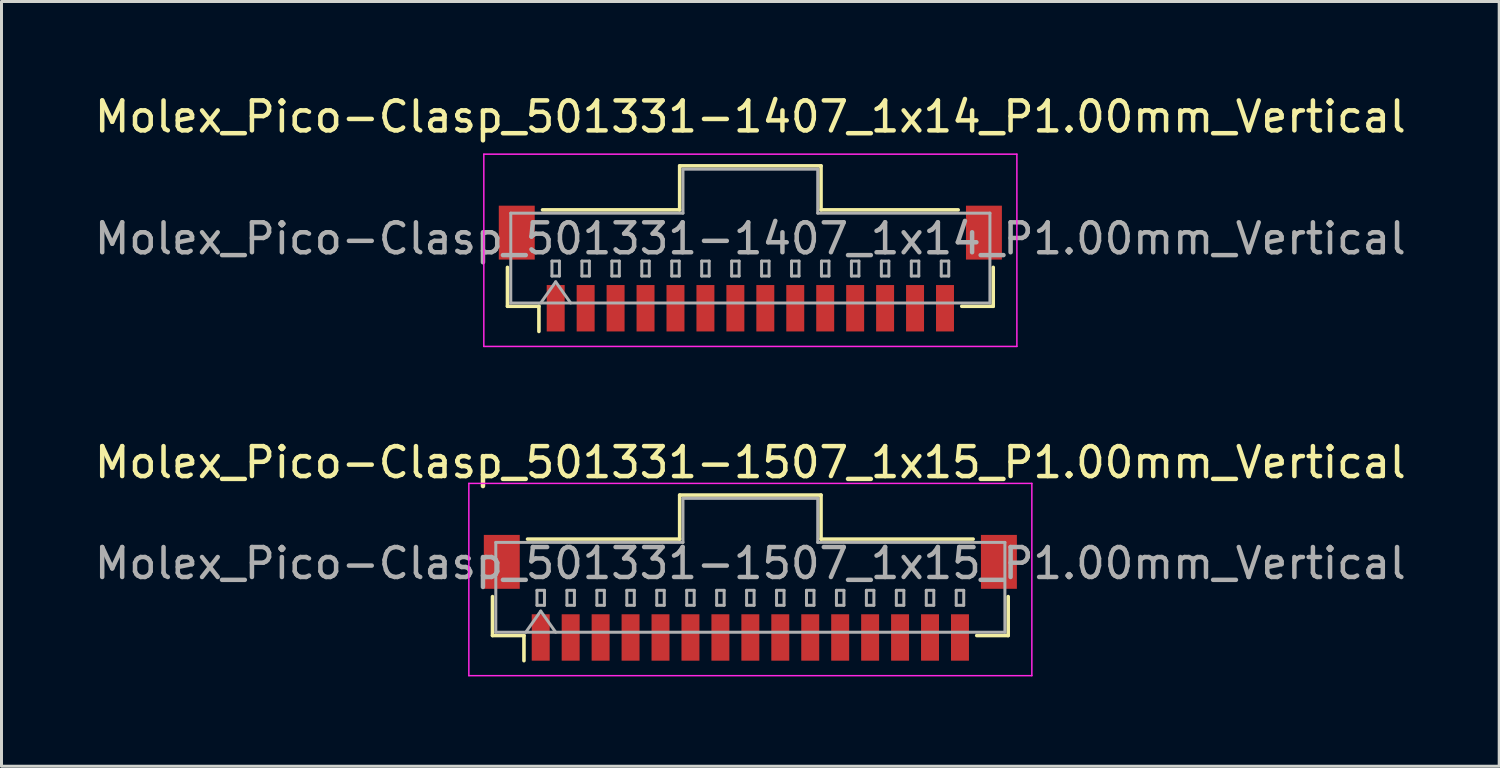
<source format=kicad_pcb>
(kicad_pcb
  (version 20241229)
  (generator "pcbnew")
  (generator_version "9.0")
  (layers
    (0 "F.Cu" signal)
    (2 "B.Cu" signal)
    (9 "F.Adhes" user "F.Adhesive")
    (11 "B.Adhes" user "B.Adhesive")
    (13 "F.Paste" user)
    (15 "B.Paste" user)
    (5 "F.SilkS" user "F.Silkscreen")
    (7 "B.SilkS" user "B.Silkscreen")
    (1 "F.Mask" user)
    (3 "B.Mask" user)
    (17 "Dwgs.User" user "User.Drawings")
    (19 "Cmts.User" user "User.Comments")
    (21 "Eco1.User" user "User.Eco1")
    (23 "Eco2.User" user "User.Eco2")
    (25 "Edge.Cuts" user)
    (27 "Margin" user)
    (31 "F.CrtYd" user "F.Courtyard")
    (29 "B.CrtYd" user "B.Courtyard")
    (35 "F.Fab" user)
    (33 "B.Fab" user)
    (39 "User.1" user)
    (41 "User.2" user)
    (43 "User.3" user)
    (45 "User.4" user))
  (footprint "Molex_Pico-Clasp_501331-1407_1x14_P1.00mm_Vertical"
    (layer "F.Cu")
    (at 22.006 5.918)
    (property "Reference" "Molex_Pico-Clasp_501331-1407_1x14_P1.00mm_Vertical" (at 0 -5.07 0) (layer "F.SilkS") (effects (font (size 1 1) (thickness 0.15))))
    (attr smd)
    (fp_line (start -8.11 -0.04) (end -8.11 1.26) (stroke (width 0.12) (type solid)) (layer "F.SilkS"))
    (fp_line (start -8.11 1.26) (end -7.06 1.26) (stroke (width 0.12) (type solid)) (layer "F.SilkS"))
    (fp_line (start -7.06 1.26) (end -7.06 2.1) (stroke (width 0.12) (type solid)) (layer "F.SilkS"))
    (fp_line (start -6.94 -1.96) (end -2.36 -1.96) (stroke (width 0.12) (type solid)) (layer "F.SilkS"))
    (fp_line (start -2.36 -3.43) (end 2.36 -3.43) (stroke (width 0.12) (type solid)) (layer "F.SilkS"))
    (fp_line (start -2.36 -1.96) (end -2.36 -3.43) (stroke (width 0.12) (type solid)) (layer "F.SilkS"))
    (fp_line (start 2.36 -3.43) (end 2.36 -1.96) (stroke (width 0.12) (type solid)) (layer "F.SilkS"))
    (fp_line (start 2.36 -1.96) (end 6.94 -1.96) (stroke (width 0.12) (type solid)) (layer "F.SilkS"))
    (fp_line (start 8.11 -0.04) (end 8.11 1.26) (stroke (width 0.12) (type solid)) (layer "F.SilkS"))
    (fp_line (start 8.11 1.26) (end 7.06 1.26) (stroke (width 0.12) (type solid)) (layer "F.SilkS"))
    (fp_line (start -8.9 -3.82) (end -8.9 2.6) (stroke (width 0.05) (type solid)) (layer "F.CrtYd"))
    (fp_line (start -8.9 2.6) (end 8.9 2.6) (stroke (width 0.05) (type solid)) (layer "F.CrtYd"))
    (fp_line (start 8.9 -3.82) (end -8.9 -3.82) (stroke (width 0.05) (type solid)) (layer "F.CrtYd"))
    (fp_line (start 8.9 2.6) (end 8.9 -3.82) (stroke (width 0.05) (type solid)) (layer "F.CrtYd"))
    (fp_line (start -8 -1.85) (end -2.25 -1.85) (stroke (width 0.1) (type solid)) (layer "F.Fab"))
    (fp_line (start -8 1.15) (end -8 -1.85) (stroke (width 0.1) (type solid)) (layer "F.Fab"))
    (fp_line (start -8 1.15) (end 8 1.15) (stroke (width 0.1) (type solid)) (layer "F.Fab"))
    (fp_line (start -7 1.15) (end -6.5 0.443) (stroke (width 0.1) (type solid)) (layer "F.Fab"))
    (fp_line (start -6.625 -0.25) (end -6.625 0.25) (stroke (width 0.1) (type solid)) (layer "F.Fab"))
    (fp_line (start -6.625 0.25) (end -6.375 0.25) (stroke (width 0.1) (type solid)) (layer "F.Fab"))
    (fp_line (start -6.5 0.443) (end -6 1.15) (stroke (width 0.1) (type solid)) (layer "F.Fab"))
    (fp_line (start -6.375 -0.25) (end -6.625 -0.25) (stroke (width 0.1) (type solid)) (layer "F.Fab"))
    (fp_line (start -6.375 0.25) (end -6.375 -0.25) (stroke (width 0.1) (type solid)) (layer "F.Fab"))
    (fp_line (start -5.625 -0.25) (end -5.625 0.25) (stroke (width 0.1) (type solid)) (layer "F.Fab"))
    (fp_line (start -5.625 0.25) (end -5.375 0.25) (stroke (width 0.1) (type solid)) (layer "F.Fab"))
    (fp_line (start -5.375 -0.25) (end -5.625 -0.25) (stroke (width 0.1) (type solid)) (layer "F.Fab"))
    (fp_line (start -5.375 0.25) (end -5.375 -0.25) (stroke (width 0.1) (type solid)) (layer "F.Fab"))
    (fp_line (start -4.625 -0.25) (end -4.625 0.25) (stroke (width 0.1) (type solid)) (layer "F.Fab"))
    (fp_line (start -4.625 0.25) (end -4.375 0.25) (stroke (width 0.1) (type solid)) (layer "F.Fab"))
    (fp_line (start -4.375 -0.25) (end -4.625 -0.25) (stroke (width 0.1) (type solid)) (layer "F.Fab"))
    (fp_line (start -4.375 0.25) (end -4.375 -0.25) (stroke (width 0.1) (type solid)) (layer "F.Fab"))
    (fp_line (start -3.625 -0.25) (end -3.625 0.25) (stroke (width 0.1) (type solid)) (layer "F.Fab"))
    (fp_line (start -3.625 0.25) (end -3.375 0.25) (stroke (width 0.1) (type solid)) (layer "F.Fab"))
    (fp_line (start -3.375 -0.25) (end -3.625 -0.25) (stroke (width 0.1) (type solid)) (layer "F.Fab"))
    (fp_line (start -3.375 0.25) (end -3.375 -0.25) (stroke (width 0.1) (type solid)) (layer "F.Fab"))
    (fp_line (start -2.625 -0.25) (end -2.625 0.25) (stroke (width 0.1) (type solid)) (layer "F.Fab"))
    (fp_line (start -2.625 0.25) (end -2.375 0.25) (stroke (width 0.1) (type solid)) (layer "F.Fab"))
    (fp_line (start -2.375 -0.25) (end -2.625 -0.25) (stroke (width 0.1) (type solid)) (layer "F.Fab"))
    (fp_line (start -2.375 0.25) (end -2.375 -0.25) (stroke (width 0.1) (type solid)) (layer "F.Fab"))
    (fp_line (start -2.25 -3.32) (end 2.25 -3.32) (stroke (width 0.1) (type solid)) (layer "F.Fab"))
    (fp_line (start -2.25 -1.85) (end -2.25 -3.32) (stroke (width 0.1) (type solid)) (layer "F.Fab"))
    (fp_line (start -1.625 -0.25) (end -1.625 0.25) (stroke (width 0.1) (type solid)) (layer "F.Fab"))
    (fp_line (start -1.625 0.25) (end -1.375 0.25) (stroke (width 0.1) (type solid)) (layer "F.Fab"))
    (fp_line (start -1.375 -0.25) (end -1.625 -0.25) (stroke (width 0.1) (type solid)) (layer "F.Fab"))
    (fp_line (start -1.375 0.25) (end -1.375 -0.25) (stroke (width 0.1) (type solid)) (layer "F.Fab"))
    (fp_line (start -0.625 -0.25) (end -0.625 0.25) (stroke (width 0.1) (type solid)) (layer "F.Fab"))
    (fp_line (start -0.625 0.25) (end -0.375 0.25) (stroke (width 0.1) (type solid)) (layer "F.Fab"))
    (fp_line (start -0.375 -0.25) (end -0.625 -0.25) (stroke (width 0.1) (type solid)) (layer "F.Fab"))
    (fp_line (start -0.375 0.25) (end -0.375 -0.25) (stroke (width 0.1) (type solid)) (layer "F.Fab"))
    (fp_line (start 0.375 -0.25) (end 0.375 0.25) (stroke (width 0.1) (type solid)) (layer "F.Fab"))
    (fp_line (start 0.375 0.25) (end 0.625 0.25) (stroke (width 0.1) (type solid)) (layer "F.Fab"))
    (fp_line (start 0.625 -0.25) (end 0.375 -0.25) (stroke (width 0.1) (type solid)) (layer "F.Fab"))
    (fp_line (start 0.625 0.25) (end 0.625 -0.25) (stroke (width 0.1) (type solid)) (layer "F.Fab"))
    (fp_line (start 1.375 -0.25) (end 1.375 0.25) (stroke (width 0.1) (type solid)) (layer "F.Fab"))
    (fp_line (start 1.375 0.25) (end 1.625 0.25) (stroke (width 0.1) (type solid)) (layer "F.Fab"))
    (fp_line (start 1.625 -0.25) (end 1.375 -0.25) (stroke (width 0.1) (type solid)) (layer "F.Fab"))
    (fp_line (start 1.625 0.25) (end 1.625 -0.25) (stroke (width 0.1) (type solid)) (layer "F.Fab"))
    (fp_line (start 2.25 -3.32) (end 2.25 -1.85) (stroke (width 0.1) (type solid)) (layer "F.Fab"))
    (fp_line (start 2.25 -1.85) (end 8 -1.85) (stroke (width 0.1) (type solid)) (layer "F.Fab"))
    (fp_line (start 2.375 -0.25) (end 2.375 0.25) (stroke (width 0.1) (type solid)) (layer "F.Fab"))
    (fp_line (start 2.375 0.25) (end 2.625 0.25) (stroke (width 0.1) (type solid)) (layer "F.Fab"))
    (fp_line (start 2.625 -0.25) (end 2.375 -0.25) (stroke (width 0.1) (type solid)) (layer "F.Fab"))
    (fp_line (start 2.625 0.25) (end 2.625 -0.25) (stroke (width 0.1) (type solid)) (layer "F.Fab"))
    (fp_line (start 3.375 -0.25) (end 3.375 0.25) (stroke (width 0.1) (type solid)) (layer "F.Fab"))
    (fp_line (start 3.375 0.25) (end 3.625 0.25) (stroke (width 0.1) (type solid)) (layer "F.Fab"))
    (fp_line (start 3.625 -0.25) (end 3.375 -0.25) (stroke (width 0.1) (type solid)) (layer "F.Fab"))
    (fp_line (start 3.625 0.25) (end 3.625 -0.25) (stroke (width 0.1) (type solid)) (layer "F.Fab"))
    (fp_line (start 4.375 -0.25) (end 4.375 0.25) (stroke (width 0.1) (type solid)) (layer "F.Fab"))
    (fp_line (start 4.375 0.25) (end 4.625 0.25) (stroke (width 0.1) (type solid)) (layer "F.Fab"))
    (fp_line (start 4.625 -0.25) (end 4.375 -0.25) (stroke (width 0.1) (type solid)) (layer "F.Fab"))
    (fp_line (start 4.625 0.25) (end 4.625 -0.25) (stroke (width 0.1) (type solid)) (layer "F.Fab"))
    (fp_line (start 5.375 -0.25) (end 5.375 0.25) (stroke (width 0.1) (type solid)) (layer "F.Fab"))
    (fp_line (start 5.375 0.25) (end 5.625 0.25) (stroke (width 0.1) (type solid)) (layer "F.Fab"))
    (fp_line (start 5.625 -0.25) (end 5.375 -0.25) (stroke (width 0.1) (type solid)) (layer "F.Fab"))
    (fp_line (start 5.625 0.25) (end 5.625 -0.25) (stroke (width 0.1) (type solid)) (layer "F.Fab"))
    (fp_line (start 6.375 -0.25) (end 6.375 0.25) (stroke (width 0.1) (type solid)) (layer "F.Fab"))
    (fp_line (start 6.375 0.25) (end 6.625 0.25) (stroke (width 0.1) (type solid)) (layer "F.Fab"))
    (fp_line (start 6.625 -0.25) (end 6.375 -0.25) (stroke (width 0.1) (type solid)) (layer "F.Fab"))
    (fp_line (start 6.625 0.25) (end 6.625 -0.25) (stroke (width 0.1) (type solid)) (layer "F.Fab"))
    (fp_line (start 8 1.15) (end 8 -1.85) (stroke (width 0.1) (type solid)) (layer "F.Fab"))
    (fp_text user "${REFERENCE}" (at 0 -1 0) (layer "F.Fab") (effects (font (size 1 1) (thickness 0.15))))
    (pad "" smd rect (at -7.8 -1.2) (size 1.2 1.8) (layers "F.Cu" "F.Mask" "F.Paste"))
    (pad "" smd rect (at 7.8 -1.2) (size 1.2 1.8) (layers "F.Cu" "F.Mask" "F.Paste"))
    (pad "1" smd rect (at -6.5 1.325) (size 0.6 1.55) (layers "F.Cu" "F.Mask" "F.Paste"))
    (pad "2" smd rect (at -5.5 1.325) (size 0.6 1.55) (layers "F.Cu" "F.Mask" "F.Paste"))
    (pad "3" smd rect (at -4.5 1.325) (size 0.6 1.55) (layers "F.Cu" "F.Mask" "F.Paste"))
    (pad "4" smd rect (at -3.5 1.325) (size 0.6 1.55) (layers "F.Cu" "F.Mask" "F.Paste"))
    (pad "5" smd rect (at -2.5 1.325) (size 0.6 1.55) (layers "F.Cu" "F.Mask" "F.Paste"))
    (pad "6" smd rect (at -1.5 1.325) (size 0.6 1.55) (layers "F.Cu" "F.Mask" "F.Paste"))
    (pad "7" smd rect (at -0.5 1.325) (size 0.6 1.55) (layers "F.Cu" "F.Mask" "F.Paste"))
    (pad "8" smd rect (at 0.5 1.325) (size 0.6 1.55) (layers "F.Cu" "F.Mask" "F.Paste"))
    (pad "9" smd rect (at 1.5 1.325) (size 0.6 1.55) (layers "F.Cu" "F.Mask" "F.Paste"))
    (pad "10" smd rect (at 2.5 1.325) (size 0.6 1.55) (layers "F.Cu" "F.Mask" "F.Paste"))
    (pad "11" smd rect (at 3.5 1.325) (size 0.6 1.55) (layers "F.Cu" "F.Mask" "F.Paste"))
    (pad "12" smd rect (at 4.5 1.325) (size 0.6 1.55) (layers "F.Cu" "F.Mask" "F.Paste"))
    (pad "13" smd rect (at 5.5 1.325) (size 0.6 1.55) (layers "F.Cu" "F.Mask" "F.Paste"))
    (pad "14" smd rect (at 6.5 1.325) (size 0.6 1.55) (layers "F.Cu" "F.Mask" "F.Paste")))
  (footprint "Molex_Pico-Clasp_501331-1507_1x15_P1.00mm_Vertical"
    (layer "F.Cu")
    (at 22.006 16.912)
    (property "Reference" "Molex_Pico-Clasp_501331-1507_1x15_P1.00mm_Vertical" (at 0 -4.52 0) (layer "F.SilkS") (effects (font (size 1 1) (thickness 0.15))))
    (attr smd)
    (fp_line (start -8.61 -0.04) (end -8.61 1.26) (stroke (width 0.12) (type solid)) (layer "F.SilkS"))
    (fp_line (start -8.61 1.26) (end -7.56 1.26) (stroke (width 0.12) (type solid)) (layer "F.SilkS"))
    (fp_line (start -7.56 1.26) (end -7.56 2.1) (stroke (width 0.12) (type solid)) (layer "F.SilkS"))
    (fp_line (start -7.44 -1.96) (end -2.36 -1.96) (stroke (width 0.12) (type solid)) (layer "F.SilkS"))
    (fp_line (start -2.36 -3.43) (end 2.36 -3.43) (stroke (width 0.12) (type solid)) (layer "F.SilkS"))
    (fp_line (start -2.36 -1.96) (end -2.36 -3.43) (stroke (width 0.12) (type solid)) (layer "F.SilkS"))
    (fp_line (start 2.36 -3.43) (end 2.36 -1.96) (stroke (width 0.12) (type solid)) (layer "F.SilkS"))
    (fp_line (start 2.36 -1.96) (end 7.44 -1.96) (stroke (width 0.12) (type solid)) (layer "F.SilkS"))
    (fp_line (start 8.61 -0.04) (end 8.61 1.26) (stroke (width 0.12) (type solid)) (layer "F.SilkS"))
    (fp_line (start 8.61 1.26) (end 7.56 1.26) (stroke (width 0.12) (type solid)) (layer "F.SilkS"))
    (fp_line (start -9.4 -3.82) (end -9.4 2.6) (stroke (width 0.05) (type solid)) (layer "F.CrtYd"))
    (fp_line (start -9.4 2.6) (end 9.4 2.6) (stroke (width 0.05) (type solid)) (layer "F.CrtYd"))
    (fp_line (start 9.4 -3.82) (end -9.4 -3.82) (stroke (width 0.05) (type solid)) (layer "F.CrtYd"))
    (fp_line (start 9.4 2.6) (end 9.4 -3.82) (stroke (width 0.05) (type solid)) (layer "F.CrtYd"))
    (fp_line (start -8.5 -1.85) (end -2.25 -1.85) (stroke (width 0.1) (type solid)) (layer "F.Fab"))
    (fp_line (start -8.5 1.15) (end -8.5 -1.85) (stroke (width 0.1) (type solid)) (layer "F.Fab"))
    (fp_line (start -8.5 1.15) (end 8.5 1.15) (stroke (width 0.1) (type solid)) (layer "F.Fab"))
    (fp_line (start -7.5 1.15) (end -7 0.443) (stroke (width 0.1) (type solid)) (layer "F.Fab"))
    (fp_line (start -7.125 -0.25) (end -7.125 0.25) (stroke (width 0.1) (type solid)) (layer "F.Fab"))
    (fp_line (start -7.125 0.25) (end -6.875 0.25) (stroke (width 0.1) (type solid)) (layer "F.Fab"))
    (fp_line (start -7 0.443) (end -6.5 1.15) (stroke (width 0.1) (type solid)) (layer "F.Fab"))
    (fp_line (start -6.875 -0.25) (end -7.125 -0.25) (stroke (width 0.1) (type solid)) (layer "F.Fab"))
    (fp_line (start -6.875 0.25) (end -6.875 -0.25) (stroke (width 0.1) (type solid)) (layer "F.Fab"))
    (fp_line (start -6.125 -0.25) (end -6.125 0.25) (stroke (width 0.1) (type solid)) (layer "F.Fab"))
    (fp_line (start -6.125 0.25) (end -5.875 0.25) (stroke (width 0.1) (type solid)) (layer "F.Fab"))
    (fp_line (start -5.875 -0.25) (end -6.125 -0.25) (stroke (width 0.1) (type solid)) (layer "F.Fab"))
    (fp_line (start -5.875 0.25) (end -5.875 -0.25) (stroke (width 0.1) (type solid)) (layer "F.Fab"))
    (fp_line (start -5.125 -0.25) (end -5.125 0.25) (stroke (width 0.1) (type solid)) (layer "F.Fab"))
    (fp_line (start -5.125 0.25) (end -4.875 0.25) (stroke (width 0.1) (type solid)) (layer "F.Fab"))
    (fp_line (start -4.875 -0.25) (end -5.125 -0.25) (stroke (width 0.1) (type solid)) (layer "F.Fab"))
    (fp_line (start -4.875 0.25) (end -4.875 -0.25) (stroke (width 0.1) (type solid)) (layer "F.Fab"))
    (fp_line (start -4.125 -0.25) (end -4.125 0.25) (stroke (width 0.1) (type solid)) (layer "F.Fab"))
    (fp_line (start -4.125 0.25) (end -3.875 0.25) (stroke (width 0.1) (type solid)) (layer "F.Fab"))
    (fp_line (start -3.875 -0.25) (end -4.125 -0.25) (stroke (width 0.1) (type solid)) (layer "F.Fab"))
    (fp_line (start -3.875 0.25) (end -3.875 -0.25) (stroke (width 0.1) (type solid)) (layer "F.Fab"))
    (fp_line (start -3.125 -0.25) (end -3.125 0.25) (stroke (width 0.1) (type solid)) (layer "F.Fab"))
    (fp_line (start -3.125 0.25) (end -2.875 0.25) (stroke (width 0.1) (type solid)) (layer "F.Fab"))
    (fp_line (start -2.875 -0.25) (end -3.125 -0.25) (stroke (width 0.1) (type solid)) (layer "F.Fab"))
    (fp_line (start -2.875 0.25) (end -2.875 -0.25) (stroke (width 0.1) (type solid)) (layer "F.Fab"))
    (fp_line (start -2.25 -3.32) (end 2.25 -3.32) (stroke (width 0.1) (type solid)) (layer "F.Fab"))
    (fp_line (start -2.25 -1.85) (end -2.25 -3.32) (stroke (width 0.1) (type solid)) (layer "F.Fab"))
    (fp_line (start -2.125 -0.25) (end -2.125 0.25) (stroke (width 0.1) (type solid)) (layer "F.Fab"))
    (fp_line (start -2.125 0.25) (end -1.875 0.25) (stroke (width 0.1) (type solid)) (layer "F.Fab"))
    (fp_line (start -1.875 -0.25) (end -2.125 -0.25) (stroke (width 0.1) (type solid)) (layer "F.Fab"))
    (fp_line (start -1.875 0.25) (end -1.875 -0.25) (stroke (width 0.1) (type solid)) (layer "F.Fab"))
    (fp_line (start -1.125 -0.25) (end -1.125 0.25) (stroke (width 0.1) (type solid)) (layer "F.Fab"))
    (fp_line (start -1.125 0.25) (end -0.875 0.25) (stroke (width 0.1) (type solid)) (layer "F.Fab"))
    (fp_line (start -0.875 -0.25) (end -1.125 -0.25) (stroke (width 0.1) (type solid)) (layer "F.Fab"))
    (fp_line (start -0.875 0.25) (end -0.875 -0.25) (stroke (width 0.1) (type solid)) (layer "F.Fab"))
    (fp_line (start -0.125 -0.25) (end -0.125 0.25) (stroke (width 0.1) (type solid)) (layer "F.Fab"))
    (fp_line (start -0.125 0.25) (end 0.125 0.25) (stroke (width 0.1) (type solid)) (layer "F.Fab"))
    (fp_line (start 0.125 -0.25) (end -0.125 -0.25) (stroke (width 0.1) (type solid)) (layer "F.Fab"))
    (fp_line (start 0.125 0.25) (end 0.125 -0.25) (stroke (width 0.1) (type solid)) (layer "F.Fab"))
    (fp_line (start 0.875 -0.25) (end 0.875 0.25) (stroke (width 0.1) (type solid)) (layer "F.Fab"))
    (fp_line (start 0.875 0.25) (end 1.125 0.25) (stroke (width 0.1) (type solid)) (layer "F.Fab"))
    (fp_line (start 1.125 -0.25) (end 0.875 -0.25) (stroke (width 0.1) (type solid)) (layer "F.Fab"))
    (fp_line (start 1.125 0.25) (end 1.125 -0.25) (stroke (width 0.1) (type solid)) (layer "F.Fab"))
    (fp_line (start 1.875 -0.25) (end 1.875 0.25) (stroke (width 0.1) (type solid)) (layer "F.Fab"))
    (fp_line (start 1.875 0.25) (end 2.125 0.25) (stroke (width 0.1) (type solid)) (layer "F.Fab"))
    (fp_line (start 2.125 -0.25) (end 1.875 -0.25) (stroke (width 0.1) (type solid)) (layer "F.Fab"))
    (fp_line (start 2.125 0.25) (end 2.125 -0.25) (stroke (width 0.1) (type solid)) (layer "F.Fab"))
    (fp_line (start 2.25 -3.32) (end 2.25 -1.85) (stroke (width 0.1) (type solid)) (layer "F.Fab"))
    (fp_line (start 2.25 -1.85) (end 8.5 -1.85) (stroke (width 0.1) (type solid)) (layer "F.Fab"))
    (fp_line (start 2.875 -0.25) (end 2.875 0.25) (stroke (width 0.1) (type solid)) (layer "F.Fab"))
    (fp_line (start 2.875 0.25) (end 3.125 0.25) (stroke (width 0.1) (type solid)) (layer "F.Fab"))
    (fp_line (start 3.125 -0.25) (end 2.875 -0.25) (stroke (width 0.1) (type solid)) (layer "F.Fab"))
    (fp_line (start 3.125 0.25) (end 3.125 -0.25) (stroke (width 0.1) (type solid)) (layer "F.Fab"))
    (fp_line (start 3.875 -0.25) (end 3.875 0.25) (stroke (width 0.1) (type solid)) (layer "F.Fab"))
    (fp_line (start 3.875 0.25) (end 4.125 0.25) (stroke (width 0.1) (type solid)) (layer "F.Fab"))
    (fp_line (start 4.125 -0.25) (end 3.875 -0.25) (stroke (width 0.1) (type solid)) (layer "F.Fab"))
    (fp_line (start 4.125 0.25) (end 4.125 -0.25) (stroke (width 0.1) (type solid)) (layer "F.Fab"))
    (fp_line (start 4.875 -0.25) (end 4.875 0.25) (stroke (width 0.1) (type solid)) (layer "F.Fab"))
    (fp_line (start 4.875 0.25) (end 5.125 0.25) (stroke (width 0.1) (type solid)) (layer "F.Fab"))
    (fp_line (start 5.125 -0.25) (end 4.875 -0.25) (stroke (width 0.1) (type solid)) (layer "F.Fab"))
    (fp_line (start 5.125 0.25) (end 5.125 -0.25) (stroke (width 0.1) (type solid)) (layer "F.Fab"))
    (fp_line (start 5.875 -0.25) (end 5.875 0.25) (stroke (width 0.1) (type solid)) (layer "F.Fab"))
    (fp_line (start 5.875 0.25) (end 6.125 0.25) (stroke (width 0.1) (type solid)) (layer "F.Fab"))
    (fp_line (start 6.125 -0.25) (end 5.875 -0.25) (stroke (width 0.1) (type solid)) (layer "F.Fab"))
    (fp_line (start 6.125 0.25) (end 6.125 -0.25) (stroke (width 0.1) (type solid)) (layer "F.Fab"))
    (fp_line (start 6.875 -0.25) (end 6.875 0.25) (stroke (width 0.1) (type solid)) (layer "F.Fab"))
    (fp_line (start 6.875 0.25) (end 7.125 0.25) (stroke (width 0.1) (type solid)) (layer "F.Fab"))
    (fp_line (start 7.125 -0.25) (end 6.875 -0.25) (stroke (width 0.1) (type solid)) (layer "F.Fab"))
    (fp_line (start 7.125 0.25) (end 7.125 -0.25) (stroke (width 0.1) (type solid)) (layer "F.Fab"))
    (fp_line (start 8.5 1.15) (end 8.5 -1.85) (stroke (width 0.1) (type solid)) (layer "F.Fab"))
    (fp_text user "${REFERENCE}" (at 0 -1.15 0) (layer "F.Fab") (effects (font (size 1 1) (thickness 0.15))))
    (pad "" smd rect (at -8.3 -1.2) (size 1.2 1.8) (layers "F.Cu" "F.Mask" "F.Paste"))
    (pad "" smd rect (at 8.3 -1.2) (size 1.2 1.8) (layers "F.Cu" "F.Mask" "F.Paste"))
    (pad "1" smd rect (at -7 1.325) (size 0.6 1.55) (layers "F.Cu" "F.Mask" "F.Paste"))
    (pad "2" smd rect (at -6 1.325) (size 0.6 1.55) (layers "F.Cu" "F.Mask" "F.Paste"))
    (pad "3" smd rect (at -5 1.325) (size 0.6 1.55) (layers "F.Cu" "F.Mask" "F.Paste"))
    (pad "4" smd rect (at -4 1.325) (size 0.6 1.55) (layers "F.Cu" "F.Mask" "F.Paste"))
    (pad "5" smd rect (at -3 1.325) (size 0.6 1.55) (layers "F.Cu" "F.Mask" "F.Paste"))
    (pad "6" smd rect (at -2 1.325) (size 0.6 1.55) (layers "F.Cu" "F.Mask" "F.Paste"))
    (pad "7" smd rect (at -1 1.325) (size 0.6 1.55) (layers "F.Cu" "F.Mask" "F.Paste"))
    (pad "8" smd rect (at 0 1.325) (size 0.6 1.55) (layers "F.Cu" "F.Mask" "F.Paste"))
    (pad "9" smd rect (at 1 1.325) (size 0.6 1.55) (layers "F.Cu" "F.Mask" "F.Paste"))
    (pad "10" smd rect (at 2 1.325) (size 0.6 1.55) (layers "F.Cu" "F.Mask" "F.Paste"))
    (pad "11" smd rect (at 3 1.325) (size 0.6 1.55) (layers "F.Cu" "F.Mask" "F.Paste"))
    (pad "12" smd rect (at 4 1.325) (size 0.6 1.55) (layers "F.Cu" "F.Mask" "F.Paste"))
    (pad "13" smd rect (at 5 1.325) (size 0.6 1.55) (layers "F.Cu" "F.Mask" "F.Paste"))
    (pad "14" smd rect (at 6 1.325) (size 0.6 1.55) (layers "F.Cu" "F.Mask" "F.Paste"))
    (pad "15" smd rect (at 7 1.325) (size 0.6 1.55) (layers "F.Cu" "F.Mask" "F.Paste")))
  (gr_rect
    (start -3 -3)
    (end 47.012 22.537)
    (stroke (width 0.1) (type default))
    (fill no)
    (layer "Edge.Cuts")))
</source>
